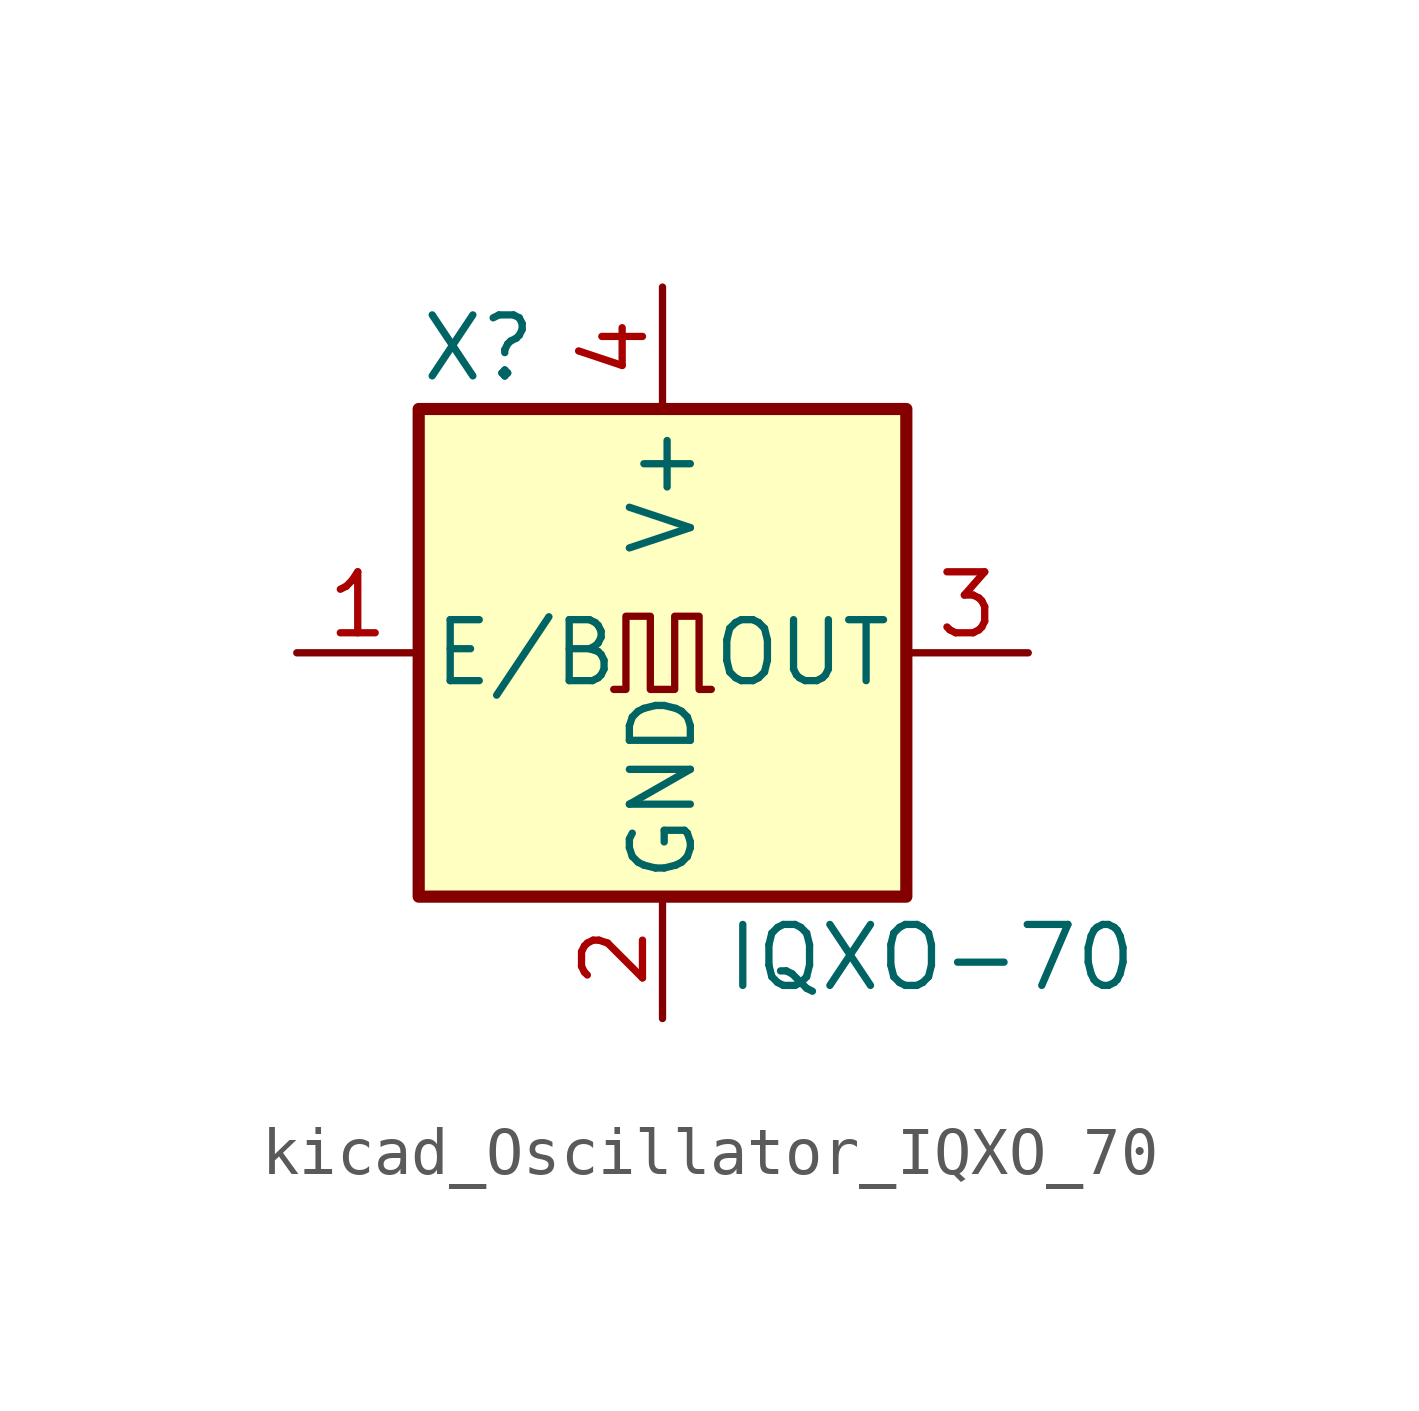
<source format=kicad_sym>
(kicad_symbol_lib
  (version 20220914)
  (generator kicad_symbol_editor)
  (symbol "kicad_Oscillator_IQXO_70"
    (pin_names
      (offset 0.254))
    (property "Reference" "X"
      (at -5.08 6.35 0)
      (effects (font (size 1.27 1.27)) (justify left)))
    (property "Value" "IQXO-70"
      (at 1.27 -6.35 0)
      (effects (font (size 1.27 1.27)) (justify left)))
    (symbol "kicad_Oscillator_IQXO_70_0_1"
      (rectangle (start -5.08 5.08) (end 5.08 -5.08) (stroke (width 0.254) (type default)) (fill (type background)))
      (polyline (pts (xy -1.016 -0.762) (xy -0.762 -0.762) (xy -0.762 0.762) (xy -0.254 0.762) (xy -0.254 -0.762) (xy 0.254 -0.762) (xy 0.254 0.762) (xy 0.762 0.762) (xy 0.762 -0.762) (xy 1.016 -0.762)) (stroke (width 0) (type default)) (fill (type none))))
    (symbol "kicad_Oscillator_IQXO_70_1_1"
      (pin input line (at -7.62 0 0) (length 2.54) (name "E/B" (effects (font (size 1.27 1.27)))) (number "1" (effects (font (size 1.27 1.27)))))
      (pin power_in line (at 0 -7.62 90) (length 2.54) (name "GND" (effects (font (size 1.27 1.27)))) (number "2" (effects (font (size 1.27 1.27)))))
      (pin output line (at 7.62 0 180) (length 2.54) (name "OUT" (effects (font (size 1.27 1.27)))) (number "3" (effects (font (size 1.27 1.27)))))
      (pin power_in line (at 0 7.62 270) (length 2.54) (name "V+" (effects (font (size 1.27 1.27)))) (number "4" (effects (font (size 1.27 1.27))))))))
</source>
